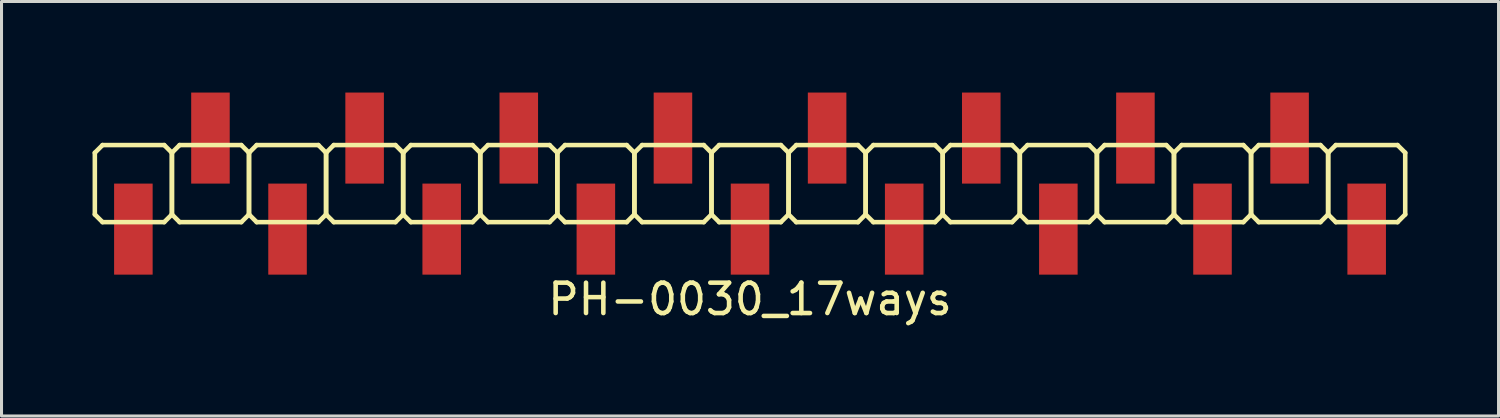
<source format=kicad_pcb>
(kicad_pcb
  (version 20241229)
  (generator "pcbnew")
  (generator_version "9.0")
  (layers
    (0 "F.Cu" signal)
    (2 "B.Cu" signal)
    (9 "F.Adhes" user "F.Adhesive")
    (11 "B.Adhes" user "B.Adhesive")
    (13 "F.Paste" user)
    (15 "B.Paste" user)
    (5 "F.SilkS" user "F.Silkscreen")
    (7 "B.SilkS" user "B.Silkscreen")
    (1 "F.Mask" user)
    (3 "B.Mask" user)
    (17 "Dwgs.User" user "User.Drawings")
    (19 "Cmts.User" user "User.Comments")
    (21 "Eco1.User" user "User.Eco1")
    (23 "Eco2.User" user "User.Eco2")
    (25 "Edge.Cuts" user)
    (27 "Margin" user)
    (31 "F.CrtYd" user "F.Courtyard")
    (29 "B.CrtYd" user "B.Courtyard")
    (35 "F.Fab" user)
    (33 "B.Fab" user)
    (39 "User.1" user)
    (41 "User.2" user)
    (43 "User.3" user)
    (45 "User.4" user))
  (footprint "PH-0030_17ways"
    (layer "F.Cu")
    (at 21.665 3)
    (property "Reference" "PH-0030_17ways" (at 0 3.81 0) (layer "F.SilkS") (effects (font (size 1 1) (thickness 0.15))))
    (attr through_hole)
    (fp_line (start -21.59 -1.016) (end -21.59 1.016) (stroke (width 0.15) (type solid)) (layer "F.SilkS"))
    (fp_line (start -21.59 -1.016) (end -21.336 -1.27) (stroke (width 0.15) (type solid)) (layer "F.SilkS"))
    (fp_line (start -21.59 1.016) (end -21.336 1.27) (stroke (width 0.15) (type solid)) (layer "F.SilkS"))
    (fp_line (start -21.336 -1.27) (end -19.304 -1.27) (stroke (width 0.15) (type solid)) (layer "F.SilkS"))
    (fp_line (start -21.336 1.27) (end -19.304 1.27) (stroke (width 0.15) (type solid)) (layer "F.SilkS"))
    (fp_line (start -19.304 -1.27) (end -19.05 -1.016) (stroke (width 0.15) (type solid)) (layer "F.SilkS"))
    (fp_line (start -19.05 -1.016) (end -19.05 1.016) (stroke (width 0.15) (type solid)) (layer "F.SilkS"))
    (fp_line (start -19.05 -1.016) (end -19.05 1.016) (stroke (width 0.15) (type solid)) (layer "F.SilkS"))
    (fp_line (start -19.05 -1.016) (end -18.796 -1.27) (stroke (width 0.15) (type solid)) (layer "F.SilkS"))
    (fp_line (start -19.05 1.016) (end -19.304 1.27) (stroke (width 0.15) (type solid)) (layer "F.SilkS"))
    (fp_line (start -19.05 1.016) (end -18.796 1.27) (stroke (width 0.15) (type solid)) (layer "F.SilkS"))
    (fp_line (start -18.796 -1.27) (end -16.764 -1.27) (stroke (width 0.15) (type solid)) (layer "F.SilkS"))
    (fp_line (start -18.796 1.27) (end -16.764 1.27) (stroke (width 0.15) (type solid)) (layer "F.SilkS"))
    (fp_line (start -16.764 -1.27) (end -16.51 -1.016) (stroke (width 0.15) (type solid)) (layer "F.SilkS"))
    (fp_line (start -16.51 -1.016) (end -16.51 1.016) (stroke (width 0.15) (type solid)) (layer "F.SilkS"))
    (fp_line (start -16.51 -1.016) (end -16.51 1.016) (stroke (width 0.15) (type solid)) (layer "F.SilkS"))
    (fp_line (start -16.51 -1.016) (end -16.256 -1.27) (stroke (width 0.15) (type solid)) (layer "F.SilkS"))
    (fp_line (start -16.51 1.016) (end -16.764 1.27) (stroke (width 0.15) (type solid)) (layer "F.SilkS"))
    (fp_line (start -16.51 1.016) (end -16.256 1.27) (stroke (width 0.15) (type solid)) (layer "F.SilkS"))
    (fp_line (start -16.256 -1.27) (end -14.224 -1.27) (stroke (width 0.15) (type solid)) (layer "F.SilkS"))
    (fp_line (start -16.256 1.27) (end -14.224 1.27) (stroke (width 0.15) (type solid)) (layer "F.SilkS"))
    (fp_line (start -14.224 -1.27) (end -13.97 -1.016) (stroke (width 0.15) (type solid)) (layer "F.SilkS"))
    (fp_line (start -13.97 -1.016) (end -13.97 1.016) (stroke (width 0.15) (type solid)) (layer "F.SilkS"))
    (fp_line (start -13.97 -1.016) (end -13.97 1.016) (stroke (width 0.15) (type solid)) (layer "F.SilkS"))
    (fp_line (start -13.97 -1.016) (end -13.716 -1.27) (stroke (width 0.15) (type solid)) (layer "F.SilkS"))
    (fp_line (start -13.97 1.016) (end -14.224 1.27) (stroke (width 0.15) (type solid)) (layer "F.SilkS"))
    (fp_line (start -13.97 1.016) (end -13.716 1.27) (stroke (width 0.15) (type solid)) (layer "F.SilkS"))
    (fp_line (start -13.716 -1.27) (end -11.684 -1.27) (stroke (width 0.15) (type solid)) (layer "F.SilkS"))
    (fp_line (start -13.716 1.27) (end -11.684 1.27) (stroke (width 0.15) (type solid)) (layer "F.SilkS"))
    (fp_line (start -11.684 -1.27) (end -11.43 -1.016) (stroke (width 0.15) (type solid)) (layer "F.SilkS"))
    (fp_line (start -11.43 -1.016) (end -11.43 1.016) (stroke (width 0.15) (type solid)) (layer "F.SilkS"))
    (fp_line (start -11.43 -1.016) (end -11.43 1.016) (stroke (width 0.15) (type solid)) (layer "F.SilkS"))
    (fp_line (start -11.43 -1.016) (end -11.176 -1.27) (stroke (width 0.15) (type solid)) (layer "F.SilkS"))
    (fp_line (start -11.43 1.016) (end -11.684 1.27) (stroke (width 0.15) (type solid)) (layer "F.SilkS"))
    (fp_line (start -11.43 1.016) (end -11.176 1.27) (stroke (width 0.15) (type solid)) (layer "F.SilkS"))
    (fp_line (start -11.176 -1.27) (end -9.144 -1.27) (stroke (width 0.15) (type solid)) (layer "F.SilkS"))
    (fp_line (start -11.176 1.27) (end -9.144 1.27) (stroke (width 0.15) (type solid)) (layer "F.SilkS"))
    (fp_line (start -9.144 -1.27) (end -8.89 -1.016) (stroke (width 0.15) (type solid)) (layer "F.SilkS"))
    (fp_line (start -8.89 -1.016) (end -8.89 1.016) (stroke (width 0.15) (type solid)) (layer "F.SilkS"))
    (fp_line (start -8.89 -1.016) (end -8.89 1.016) (stroke (width 0.15) (type solid)) (layer "F.SilkS"))
    (fp_line (start -8.89 -1.016) (end -8.636 -1.27) (stroke (width 0.15) (type solid)) (layer "F.SilkS"))
    (fp_line (start -8.89 1.016) (end -9.144 1.27) (stroke (width 0.15) (type solid)) (layer "F.SilkS"))
    (fp_line (start -8.89 1.016) (end -8.636 1.27) (stroke (width 0.15) (type solid)) (layer "F.SilkS"))
    (fp_line (start -8.636 -1.27) (end -6.604 -1.27) (stroke (width 0.15) (type solid)) (layer "F.SilkS"))
    (fp_line (start -8.636 1.27) (end -6.604 1.27) (stroke (width 0.15) (type solid)) (layer "F.SilkS"))
    (fp_line (start -6.604 -1.27) (end -6.35 -1.016) (stroke (width 0.15) (type solid)) (layer "F.SilkS"))
    (fp_line (start -6.35 -1.016) (end -6.35 1.016) (stroke (width 0.15) (type solid)) (layer "F.SilkS"))
    (fp_line (start -6.35 -1.016) (end -6.35 1.016) (stroke (width 0.15) (type solid)) (layer "F.SilkS"))
    (fp_line (start -6.35 -1.016) (end -6.096 -1.27) (stroke (width 0.15) (type solid)) (layer "F.SilkS"))
    (fp_line (start -6.35 1.016) (end -6.604 1.27) (stroke (width 0.15) (type solid)) (layer "F.SilkS"))
    (fp_line (start -6.35 1.016) (end -6.096 1.27) (stroke (width 0.15) (type solid)) (layer "F.SilkS"))
    (fp_line (start -6.096 -1.27) (end -4.064 -1.27) (stroke (width 0.15) (type solid)) (layer "F.SilkS"))
    (fp_line (start -6.096 1.27) (end -4.064 1.27) (stroke (width 0.15) (type solid)) (layer "F.SilkS"))
    (fp_line (start -4.064 -1.27) (end -3.81 -1.016) (stroke (width 0.15) (type solid)) (layer "F.SilkS"))
    (fp_line (start -3.81 -1.016) (end -3.81 1.016) (stroke (width 0.15) (type solid)) (layer "F.SilkS"))
    (fp_line (start -3.81 -1.016) (end -3.81 1.016) (stroke (width 0.15) (type solid)) (layer "F.SilkS"))
    (fp_line (start -3.81 -1.016) (end -3.556 -1.27) (stroke (width 0.15) (type solid)) (layer "F.SilkS"))
    (fp_line (start -3.81 1.016) (end -4.064 1.27) (stroke (width 0.15) (type solid)) (layer "F.SilkS"))
    (fp_line (start -3.81 1.016) (end -3.556 1.27) (stroke (width 0.15) (type solid)) (layer "F.SilkS"))
    (fp_line (start -3.556 -1.27) (end -1.524 -1.27) (stroke (width 0.15) (type solid)) (layer "F.SilkS"))
    (fp_line (start -3.556 1.27) (end -1.524 1.27) (stroke (width 0.15) (type solid)) (layer "F.SilkS"))
    (fp_line (start -1.524 -1.27) (end -1.27 -1.016) (stroke (width 0.15) (type solid)) (layer "F.SilkS"))
    (fp_line (start -1.27 -1.016) (end -1.27 1.016) (stroke (width 0.15) (type solid)) (layer "F.SilkS"))
    (fp_line (start -1.27 -1.016) (end -1.27 1.016) (stroke (width 0.15) (type solid)) (layer "F.SilkS"))
    (fp_line (start -1.27 -1.016) (end -1.016 -1.27) (stroke (width 0.15) (type solid)) (layer "F.SilkS"))
    (fp_line (start -1.27 1.016) (end -1.524 1.27) (stroke (width 0.15) (type solid)) (layer "F.SilkS"))
    (fp_line (start -1.27 1.016) (end -1.016 1.27) (stroke (width 0.15) (type solid)) (layer "F.SilkS"))
    (fp_line (start -1.016 -1.27) (end 1.016 -1.27) (stroke (width 0.15) (type solid)) (layer "F.SilkS"))
    (fp_line (start -1.016 1.27) (end 1.016 1.27) (stroke (width 0.15) (type solid)) (layer "F.SilkS"))
    (fp_line (start 1.016 -1.27) (end 1.27 -1.016) (stroke (width 0.15) (type solid)) (layer "F.SilkS"))
    (fp_line (start 1.27 -1.016) (end 1.27 1.016) (stroke (width 0.15) (type solid)) (layer "F.SilkS"))
    (fp_line (start 1.27 -1.016) (end 1.27 1.016) (stroke (width 0.15) (type solid)) (layer "F.SilkS"))
    (fp_line (start 1.27 -1.016) (end 1.524 -1.27) (stroke (width 0.15) (type solid)) (layer "F.SilkS"))
    (fp_line (start 1.27 1.016) (end 1.016 1.27) (stroke (width 0.15) (type solid)) (layer "F.SilkS"))
    (fp_line (start 1.27 1.016) (end 1.524 1.27) (stroke (width 0.15) (type solid)) (layer "F.SilkS"))
    (fp_line (start 1.524 -1.27) (end 3.556 -1.27) (stroke (width 0.15) (type solid)) (layer "F.SilkS"))
    (fp_line (start 1.524 1.27) (end 3.556 1.27) (stroke (width 0.15) (type solid)) (layer "F.SilkS"))
    (fp_line (start 3.556 -1.27) (end 3.81 -1.016) (stroke (width 0.15) (type solid)) (layer "F.SilkS"))
    (fp_line (start 3.81 -1.016) (end 3.81 1.016) (stroke (width 0.15) (type solid)) (layer "F.SilkS"))
    (fp_line (start 3.81 -1.016) (end 3.81 1.016) (stroke (width 0.15) (type solid)) (layer "F.SilkS"))
    (fp_line (start 3.81 -1.016) (end 4.064 -1.27) (stroke (width 0.15) (type solid)) (layer "F.SilkS"))
    (fp_line (start 3.81 1.016) (end 3.556 1.27) (stroke (width 0.15) (type solid)) (layer "F.SilkS"))
    (fp_line (start 3.81 1.016) (end 4.064 1.27) (stroke (width 0.15) (type solid)) (layer "F.SilkS"))
    (fp_line (start 4.064 -1.27) (end 6.096 -1.27) (stroke (width 0.15) (type solid)) (layer "F.SilkS"))
    (fp_line (start 4.064 1.27) (end 6.096 1.27) (stroke (width 0.15) (type solid)) (layer "F.SilkS"))
    (fp_line (start 6.096 -1.27) (end 6.35 -1.016) (stroke (width 0.15) (type solid)) (layer "F.SilkS"))
    (fp_line (start 6.35 -1.016) (end 6.35 1.016) (stroke (width 0.15) (type solid)) (layer "F.SilkS"))
    (fp_line (start 6.35 -1.016) (end 6.35 1.016) (stroke (width 0.15) (type solid)) (layer "F.SilkS"))
    (fp_line (start 6.35 -1.016) (end 6.604 -1.27) (stroke (width 0.15) (type solid)) (layer "F.SilkS"))
    (fp_line (start 6.35 1.016) (end 6.096 1.27) (stroke (width 0.15) (type solid)) (layer "F.SilkS"))
    (fp_line (start 6.35 1.016) (end 6.604 1.27) (stroke (width 0.15) (type solid)) (layer "F.SilkS"))
    (fp_line (start 6.604 -1.27) (end 8.636 -1.27) (stroke (width 0.15) (type solid)) (layer "F.SilkS"))
    (fp_line (start 6.604 1.27) (end 8.636 1.27) (stroke (width 0.15) (type solid)) (layer "F.SilkS"))
    (fp_line (start 8.636 -1.27) (end 8.89 -1.016) (stroke (width 0.15) (type solid)) (layer "F.SilkS"))
    (fp_line (start 8.89 -1.016) (end 8.89 1.016) (stroke (width 0.15) (type solid)) (layer "F.SilkS"))
    (fp_line (start 8.89 -1.016) (end 8.89 1.016) (stroke (width 0.15) (type solid)) (layer "F.SilkS"))
    (fp_line (start 8.89 -1.016) (end 9.144 -1.27) (stroke (width 0.15) (type solid)) (layer "F.SilkS"))
    (fp_line (start 8.89 1.016) (end 8.636 1.27) (stroke (width 0.15) (type solid)) (layer "F.SilkS"))
    (fp_line (start 8.89 1.016) (end 9.144 1.27) (stroke (width 0.15) (type solid)) (layer "F.SilkS"))
    (fp_line (start 9.144 -1.27) (end 11.176 -1.27) (stroke (width 0.15) (type solid)) (layer "F.SilkS"))
    (fp_line (start 9.144 1.27) (end 11.176 1.27) (stroke (width 0.15) (type solid)) (layer "F.SilkS"))
    (fp_line (start 11.176 -1.27) (end 11.43 -1.016) (stroke (width 0.15) (type solid)) (layer "F.SilkS"))
    (fp_line (start 11.43 -1.016) (end 11.43 1.016) (stroke (width 0.15) (type solid)) (layer "F.SilkS"))
    (fp_line (start 11.43 -1.016) (end 11.43 1.016) (stroke (width 0.15) (type solid)) (layer "F.SilkS"))
    (fp_line (start 11.43 -1.016) (end 11.684 -1.27) (stroke (width 0.15) (type solid)) (layer "F.SilkS"))
    (fp_line (start 11.43 1.016) (end 11.176 1.27) (stroke (width 0.15) (type solid)) (layer "F.SilkS"))
    (fp_line (start 11.43 1.016) (end 11.684 1.27) (stroke (width 0.15) (type solid)) (layer "F.SilkS"))
    (fp_line (start 11.684 -1.27) (end 13.716 -1.27) (stroke (width 0.15) (type solid)) (layer "F.SilkS"))
    (fp_line (start 11.684 1.27) (end 13.716 1.27) (stroke (width 0.15) (type solid)) (layer "F.SilkS"))
    (fp_line (start 13.716 -1.27) (end 13.97 -1.016) (stroke (width 0.15) (type solid)) (layer "F.SilkS"))
    (fp_line (start 13.97 -1.016) (end 13.97 1.016) (stroke (width 0.15) (type solid)) (layer "F.SilkS"))
    (fp_line (start 13.97 -1.016) (end 13.97 1.016) (stroke (width 0.15) (type solid)) (layer "F.SilkS"))
    (fp_line (start 13.97 -1.016) (end 14.224 -1.27) (stroke (width 0.15) (type solid)) (layer "F.SilkS"))
    (fp_line (start 13.97 1.016) (end 13.716 1.27) (stroke (width 0.15) (type solid)) (layer "F.SilkS"))
    (fp_line (start 13.97 1.016) (end 14.224 1.27) (stroke (width 0.15) (type solid)) (layer "F.SilkS"))
    (fp_line (start 14.224 -1.27) (end 16.256 -1.27) (stroke (width 0.15) (type solid)) (layer "F.SilkS"))
    (fp_line (start 14.224 1.27) (end 16.256 1.27) (stroke (width 0.15) (type solid)) (layer "F.SilkS"))
    (fp_line (start 16.256 -1.27) (end 16.51 -1.016) (stroke (width 0.15) (type solid)) (layer "F.SilkS"))
    (fp_line (start 16.51 -1.016) (end 16.51 1.016) (stroke (width 0.15) (type solid)) (layer "F.SilkS"))
    (fp_line (start 16.51 -1.016) (end 16.51 1.016) (stroke (width 0.15) (type solid)) (layer "F.SilkS"))
    (fp_line (start 16.51 -1.016) (end 16.764 -1.27) (stroke (width 0.15) (type solid)) (layer "F.SilkS"))
    (fp_line (start 16.51 1.016) (end 16.256 1.27) (stroke (width 0.15) (type solid)) (layer "F.SilkS"))
    (fp_line (start 16.51 1.016) (end 16.764 1.27) (stroke (width 0.15) (type solid)) (layer "F.SilkS"))
    (fp_line (start 16.764 -1.27) (end 18.796 -1.27) (stroke (width 0.15) (type solid)) (layer "F.SilkS"))
    (fp_line (start 16.764 1.27) (end 18.796 1.27) (stroke (width 0.15) (type solid)) (layer "F.SilkS"))
    (fp_line (start 18.796 -1.27) (end 19.05 -1.016) (stroke (width 0.15) (type solid)) (layer "F.SilkS"))
    (fp_line (start 19.05 -1.016) (end 19.05 1.016) (stroke (width 0.15) (type solid)) (layer "F.SilkS"))
    (fp_line (start 19.05 -1.016) (end 19.05 1.016) (stroke (width 0.15) (type solid)) (layer "F.SilkS"))
    (fp_line (start 19.05 -1.016) (end 19.304 -1.27) (stroke (width 0.15) (type solid)) (layer "F.SilkS"))
    (fp_line (start 19.05 1.016) (end 18.796 1.27) (stroke (width 0.15) (type solid)) (layer "F.SilkS"))
    (fp_line (start 19.05 1.016) (end 19.304 1.27) (stroke (width 0.15) (type solid)) (layer "F.SilkS"))
    (fp_line (start 19.304 -1.27) (end 21.336 -1.27) (stroke (width 0.15) (type solid)) (layer "F.SilkS"))
    (fp_line (start 19.304 1.27) (end 21.336 1.27) (stroke (width 0.15) (type solid)) (layer "F.SilkS"))
    (fp_line (start 21.336 -1.27) (end 21.59 -1.016) (stroke (width 0.15) (type solid)) (layer "F.SilkS"))
    (fp_line (start 21.59 -1.016) (end 21.59 1.016) (stroke (width 0.15) (type solid)) (layer "F.SilkS"))
    (fp_line (start 21.59 1.016) (end 21.336 1.27) (stroke (width 0.15) (type solid)) (layer "F.SilkS"))
    (pad "1" smd rect (at -20.32 1.5) (size 1.27 3) (layers "F.Cu" "F.Mask" "F.Paste"))
    (pad "2" smd rect (at -17.78 -1.5) (size 1.27 3) (layers "F.Cu" "F.Mask" "F.Paste"))
    (pad "3" smd rect (at -15.24 1.5) (size 1.27 3) (layers "F.Cu" "F.Mask" "F.Paste"))
    (pad "4" smd rect (at -12.7 -1.5) (size 1.27 3) (layers "F.Cu" "F.Mask" "F.Paste"))
    (pad "5" smd rect (at -10.16 1.5) (size 1.27 3) (layers "F.Cu" "F.Mask" "F.Paste"))
    (pad "6" smd rect (at -7.62 -1.5) (size 1.27 3) (layers "F.Cu" "F.Mask" "F.Paste"))
    (pad "7" smd rect (at -5.08 1.5) (size 1.27 3) (layers "F.Cu" "F.Mask" "F.Paste"))
    (pad "8" smd rect (at -2.54 -1.5) (size 1.27 3) (layers "F.Cu" "F.Mask" "F.Paste"))
    (pad "9" smd rect (at 0 1.5) (size 1.27 3) (layers "F.Cu" "F.Mask" "F.Paste"))
    (pad "10" smd rect (at 2.54 -1.5) (size 1.27 3) (layers "F.Cu" "F.Mask" "F.Paste"))
    (pad "11" smd rect (at 5.08 1.5) (size 1.27 3) (layers "F.Cu" "F.Mask" "F.Paste"))
    (pad "12" smd rect (at 7.62 -1.5) (size 1.27 3) (layers "F.Cu" "F.Mask" "F.Paste"))
    (pad "13" smd rect (at 10.16 1.5) (size 1.27 3) (layers "F.Cu" "F.Mask" "F.Paste"))
    (pad "14" smd rect (at 12.7 -1.5) (size 1.27 3) (layers "F.Cu" "F.Mask" "F.Paste"))
    (pad "15" smd rect (at 15.24 1.5) (size 1.27 3) (layers "F.Cu" "F.Mask" "F.Paste"))
    (pad "16" smd rect (at 17.78 -1.5) (size 1.27 3) (layers "F.Cu" "F.Mask" "F.Paste"))
    (pad "17" smd rect (at 20.32 1.5) (size 1.27 3) (layers "F.Cu" "F.Mask" "F.Paste")))
  (gr_rect
    (start -3 -3)
    (end 46.33 10.658)
    (stroke (width 0.1) (type default))
    (fill no)
    (layer "Edge.Cuts")))
</source>
